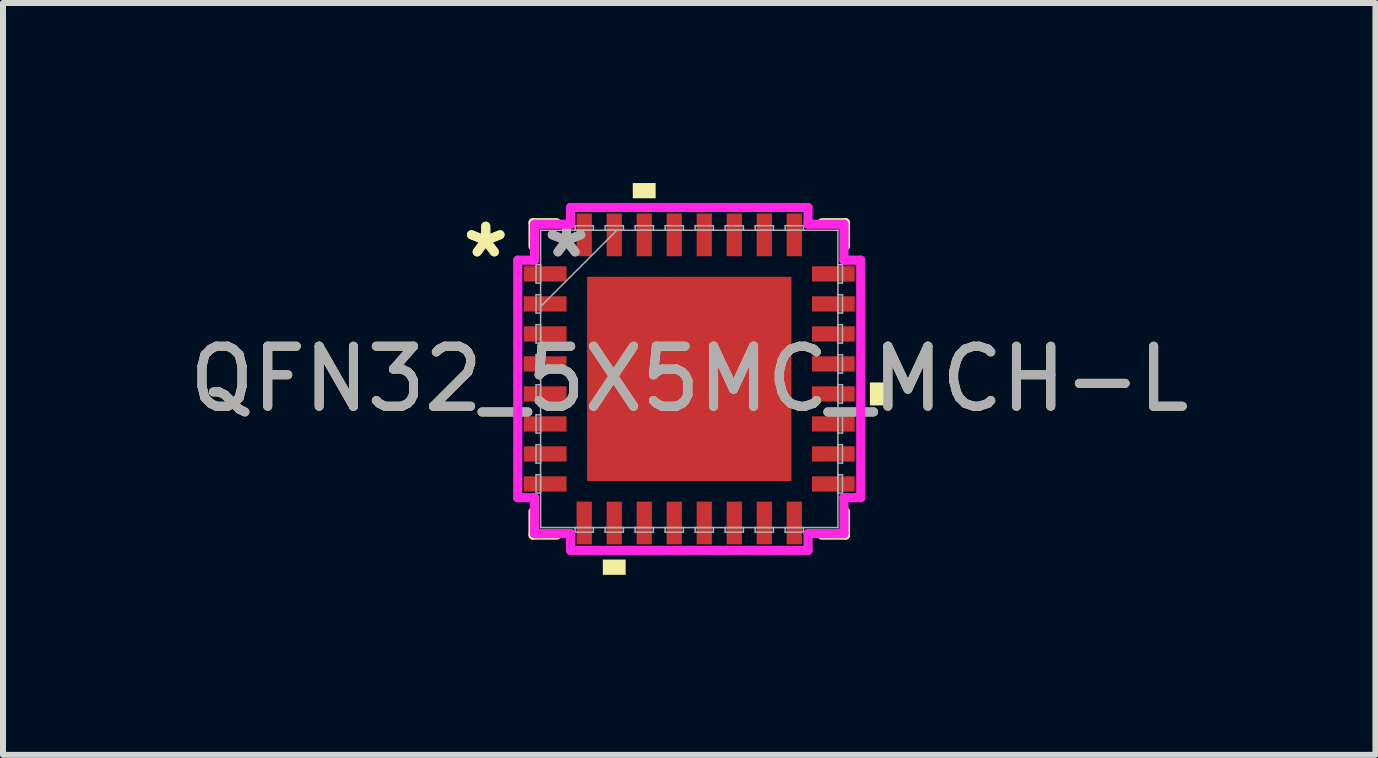
<source format=kicad_pcb>
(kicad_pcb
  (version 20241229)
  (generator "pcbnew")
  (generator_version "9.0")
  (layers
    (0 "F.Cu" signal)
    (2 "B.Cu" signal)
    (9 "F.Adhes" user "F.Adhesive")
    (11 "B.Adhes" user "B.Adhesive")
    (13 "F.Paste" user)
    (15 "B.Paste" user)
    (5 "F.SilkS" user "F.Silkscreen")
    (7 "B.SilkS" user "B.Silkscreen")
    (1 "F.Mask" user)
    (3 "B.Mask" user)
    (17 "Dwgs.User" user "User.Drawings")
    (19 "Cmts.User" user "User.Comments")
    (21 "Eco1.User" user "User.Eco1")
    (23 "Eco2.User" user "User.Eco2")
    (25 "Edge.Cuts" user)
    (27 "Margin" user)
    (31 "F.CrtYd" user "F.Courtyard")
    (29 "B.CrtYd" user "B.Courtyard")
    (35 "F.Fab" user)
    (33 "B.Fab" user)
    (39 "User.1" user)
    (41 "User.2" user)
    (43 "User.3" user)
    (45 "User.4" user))
  (footprint "QFN32_5X5MC_MCH-L"
    (layer "F.Cu")
    (at 8.435 3.264)
    (property "Reference" "QFN32_5X5MC_MCH-L" (at 0 0 0) (unlocked yes) (layer "F.SilkS") (effects (font (size 1 1) (thickness 0.15))))
    (attr smd)
    (fp_line (start -2.603 -2.603) (end -2.603 -2.21) (stroke (width 0.152) (type solid)) (layer "F.SilkS"))
    (fp_line (start -2.603 2.21) (end -2.603 2.603) (stroke (width 0.152) (type solid)) (layer "F.SilkS"))
    (fp_line (start -2.603 2.603) (end -2.21 2.603) (stroke (width 0.152) (type solid)) (layer "F.SilkS"))
    (fp_line (start -2.21 -2.603) (end -2.603 -2.603) (stroke (width 0.152) (type solid)) (layer "F.SilkS"))
    (fp_line (start 2.21 2.603) (end 2.603 2.603) (stroke (width 0.152) (type solid)) (layer "F.SilkS"))
    (fp_line (start 2.603 -2.603) (end 2.21 -2.603) (stroke (width 0.152) (type solid)) (layer "F.SilkS"))
    (fp_line (start 2.603 -2.21) (end 2.603 -2.603) (stroke (width 0.152) (type solid)) (layer "F.SilkS"))
    (fp_line (start 2.603 2.603) (end 2.603 2.21) (stroke (width 0.152) (type solid)) (layer "F.SilkS"))
    (fp_poly (pts (xy -1.44 3.01) (xy -1.44 3.264) (xy -1.06 3.264) (xy -1.06 3.01)) (stroke (width 0) (type solid)) (fill yes) (layer "F.SilkS"))
    (fp_poly (pts (xy -0.941 -3.01) (xy -0.941 -3.264) (xy -0.56 -3.264) (xy -0.56 -3.01)) (stroke (width 0) (type solid)) (fill yes) (layer "F.SilkS"))
    (fp_poly (pts (xy 3.264 0.059) (xy 3.264 0.441) (xy 3.01 0.441) (xy 3.01 0.059)) (stroke (width 0) (type solid)) (fill yes) (layer "F.SilkS"))
    (fp_poly (pts (xy -1.602 -1.602) (xy -1.602 -0.1) (xy -0.1 -0.1) (xy -0.1 -1.602)) (stroke (width 0) (type solid)) (fill yes) (layer "F.Paste"))
    (fp_poly (pts (xy -1.602 0.1) (xy -1.602 1.602) (xy -0.1 1.602) (xy -0.1 0.1)) (stroke (width 0) (type solid)) (fill yes) (layer "F.Paste"))
    (fp_poly (pts (xy 0.1 -1.602) (xy 0.1 -0.1) (xy 1.602 -0.1) (xy 1.602 -1.602)) (stroke (width 0) (type solid)) (fill yes) (layer "F.Paste"))
    (fp_poly (pts (xy 0.1 0.1) (xy 0.1 1.602) (xy 1.602 1.602) (xy 1.602 0.1)) (stroke (width 0) (type solid)) (fill yes) (layer "F.Paste"))
    (fp_line (start -2.857 -1.979) (end -2.578 -1.979) (stroke (width 0.152) (type solid)) (layer "F.CrtYd"))
    (fp_line (start -2.857 1.979) (end -2.857 -1.979) (stroke (width 0.152) (type solid)) (layer "F.CrtYd"))
    (fp_line (start -2.578 -2.578) (end -1.979 -2.578) (stroke (width 0.152) (type solid)) (layer "F.CrtYd"))
    (fp_line (start -2.578 -1.979) (end -2.578 -2.578) (stroke (width 0.152) (type solid)) (layer "F.CrtYd"))
    (fp_line (start -2.578 1.979) (end -2.857 1.979) (stroke (width 0.152) (type solid)) (layer "F.CrtYd"))
    (fp_line (start -2.578 2.578) (end -2.578 1.979) (stroke (width 0.152) (type solid)) (layer "F.CrtYd"))
    (fp_line (start -1.979 -2.857) (end 1.979 -2.857) (stroke (width 0.152) (type solid)) (layer "F.CrtYd"))
    (fp_line (start -1.979 -2.578) (end -1.979 -2.857) (stroke (width 0.152) (type solid)) (layer "F.CrtYd"))
    (fp_line (start -1.979 2.578) (end -2.578 2.578) (stroke (width 0.152) (type solid)) (layer "F.CrtYd"))
    (fp_line (start -1.979 2.857) (end -1.979 2.578) (stroke (width 0.152) (type solid)) (layer "F.CrtYd"))
    (fp_line (start 1.979 -2.857) (end 1.979 -2.578) (stroke (width 0.152) (type solid)) (layer "F.CrtYd"))
    (fp_line (start 1.979 -2.578) (end 2.578 -2.578) (stroke (width 0.152) (type solid)) (layer "F.CrtYd"))
    (fp_line (start 1.979 2.578) (end 1.979 2.857) (stroke (width 0.152) (type solid)) (layer "F.CrtYd"))
    (fp_line (start 1.979 2.857) (end -1.979 2.857) (stroke (width 0.152) (type solid)) (layer "F.CrtYd"))
    (fp_line (start 2.578 -2.578) (end 2.578 -1.979) (stroke (width 0.152) (type solid)) (layer "F.CrtYd"))
    (fp_line (start 2.578 -1.979) (end 2.857 -1.979) (stroke (width 0.152) (type solid)) (layer "F.CrtYd"))
    (fp_line (start 2.578 1.979) (end 2.578 2.578) (stroke (width 0.152) (type solid)) (layer "F.CrtYd"))
    (fp_line (start 2.578 2.578) (end 1.979 2.578) (stroke (width 0.152) (type solid)) (layer "F.CrtYd"))
    (fp_line (start 2.857 -1.979) (end 2.857 1.979) (stroke (width 0.152) (type solid)) (layer "F.CrtYd"))
    (fp_line (start 2.857 1.979) (end 2.578 1.979) (stroke (width 0.152) (type solid)) (layer "F.CrtYd"))
    (fp_line (start -2.553 -1.902) (end -2.553 -1.598) (stroke (width 0.025) (type solid)) (layer "F.Fab"))
    (fp_line (start -2.553 -1.598) (end -2.477 -1.598) (stroke (width 0.025) (type solid)) (layer "F.Fab"))
    (fp_line (start -2.553 -1.402) (end -2.553 -1.098) (stroke (width 0.025) (type solid)) (layer "F.Fab"))
    (fp_line (start -2.553 -1.098) (end -2.477 -1.098) (stroke (width 0.025) (type solid)) (layer "F.Fab"))
    (fp_line (start -2.553 -0.902) (end -2.553 -0.598) (stroke (width 0.025) (type solid)) (layer "F.Fab"))
    (fp_line (start -2.553 -0.598) (end -2.477 -0.598) (stroke (width 0.025) (type solid)) (layer "F.Fab"))
    (fp_line (start -2.553 -0.402) (end -2.553 -0.098) (stroke (width 0.025) (type solid)) (layer "F.Fab"))
    (fp_line (start -2.553 -0.098) (end -2.477 -0.098) (stroke (width 0.025) (type solid)) (layer "F.Fab"))
    (fp_line (start -2.553 0.098) (end -2.553 0.402) (stroke (width 0.025) (type solid)) (layer "F.Fab"))
    (fp_line (start -2.553 0.402) (end -2.477 0.402) (stroke (width 0.025) (type solid)) (layer "F.Fab"))
    (fp_line (start -2.553 0.598) (end -2.553 0.902) (stroke (width 0.025) (type solid)) (layer "F.Fab"))
    (fp_line (start -2.553 0.902) (end -2.477 0.902) (stroke (width 0.025) (type solid)) (layer "F.Fab"))
    (fp_line (start -2.553 1.098) (end -2.553 1.402) (stroke (width 0.025) (type solid)) (layer "F.Fab"))
    (fp_line (start -2.553 1.402) (end -2.477 1.402) (stroke (width 0.025) (type solid)) (layer "F.Fab"))
    (fp_line (start -2.553 1.598) (end -2.553 1.902) (stroke (width 0.025) (type solid)) (layer "F.Fab"))
    (fp_line (start -2.553 1.902) (end -2.477 1.902) (stroke (width 0.025) (type solid)) (layer "F.Fab"))
    (fp_line (start -2.477 -2.477) (end -2.477 -2.477) (stroke (width 0.025) (type solid)) (layer "F.Fab"))
    (fp_line (start -2.477 -2.477) (end -2.477 2.477) (stroke (width 0.025) (type solid)) (layer "F.Fab"))
    (fp_line (start -2.477 -1.902) (end -2.553 -1.902) (stroke (width 0.025) (type solid)) (layer "F.Fab"))
    (fp_line (start -2.477 -1.598) (end -2.477 -1.902) (stroke (width 0.025) (type solid)) (layer "F.Fab"))
    (fp_line (start -2.477 -1.402) (end -2.553 -1.402) (stroke (width 0.025) (type solid)) (layer "F.Fab"))
    (fp_line (start -2.477 -1.206) (end -1.206 -2.477) (stroke (width 0.025) (type solid)) (layer "F.Fab"))
    (fp_line (start -2.477 -1.098) (end -2.477 -1.402) (stroke (width 0.025) (type solid)) (layer "F.Fab"))
    (fp_line (start -2.477 -0.902) (end -2.553 -0.902) (stroke (width 0.025) (type solid)) (layer "F.Fab"))
    (fp_line (start -2.477 -0.598) (end -2.477 -0.902) (stroke (width 0.025) (type solid)) (layer "F.Fab"))
    (fp_line (start -2.477 -0.402) (end -2.553 -0.402) (stroke (width 0.025) (type solid)) (layer "F.Fab"))
    (fp_line (start -2.477 -0.098) (end -2.477 -0.402) (stroke (width 0.025) (type solid)) (layer "F.Fab"))
    (fp_line (start -2.477 0.098) (end -2.553 0.098) (stroke (width 0.025) (type solid)) (layer "F.Fab"))
    (fp_line (start -2.477 0.402) (end -2.477 0.098) (stroke (width 0.025) (type solid)) (layer "F.Fab"))
    (fp_line (start -2.477 0.598) (end -2.553 0.598) (stroke (width 0.025) (type solid)) (layer "F.Fab"))
    (fp_line (start -2.477 0.902) (end -2.477 0.598) (stroke (width 0.025) (type solid)) (layer "F.Fab"))
    (fp_line (start -2.477 1.098) (end -2.553 1.098) (stroke (width 0.025) (type solid)) (layer "F.Fab"))
    (fp_line (start -2.477 1.402) (end -2.477 1.098) (stroke (width 0.025) (type solid)) (layer "F.Fab"))
    (fp_line (start -2.477 1.598) (end -2.553 1.598) (stroke (width 0.025) (type solid)) (layer "F.Fab"))
    (fp_line (start -2.477 1.902) (end -2.477 1.598) (stroke (width 0.025) (type solid)) (layer "F.Fab"))
    (fp_line (start -2.477 2.477) (end -2.477 2.477) (stroke (width 0.025) (type solid)) (layer "F.Fab"))
    (fp_line (start -2.477 2.477) (end 2.477 2.477) (stroke (width 0.025) (type solid)) (layer "F.Fab"))
    (fp_line (start -1.902 -2.553) (end -1.902 -2.477) (stroke (width 0.025) (type solid)) (layer "F.Fab"))
    (fp_line (start -1.902 -2.477) (end -1.598 -2.477) (stroke (width 0.025) (type solid)) (layer "F.Fab"))
    (fp_line (start -1.902 2.477) (end -1.902 2.553) (stroke (width 0.025) (type solid)) (layer "F.Fab"))
    (fp_line (start -1.902 2.553) (end -1.598 2.553) (stroke (width 0.025) (type solid)) (layer "F.Fab"))
    (fp_line (start -1.598 -2.553) (end -1.902 -2.553) (stroke (width 0.025) (type solid)) (layer "F.Fab"))
    (fp_line (start -1.598 -2.477) (end -1.598 -2.553) (stroke (width 0.025) (type solid)) (layer "F.Fab"))
    (fp_line (start -1.598 2.477) (end -1.902 2.477) (stroke (width 0.025) (type solid)) (layer "F.Fab"))
    (fp_line (start -1.598 2.553) (end -1.598 2.477) (stroke (width 0.025) (type solid)) (layer "F.Fab"))
    (fp_line (start -1.402 -2.553) (end -1.402 -2.477) (stroke (width 0.025) (type solid)) (layer "F.Fab"))
    (fp_line (start -1.402 -2.477) (end -1.098 -2.477) (stroke (width 0.025) (type solid)) (layer "F.Fab"))
    (fp_line (start -1.402 2.477) (end -1.402 2.553) (stroke (width 0.025) (type solid)) (layer "F.Fab"))
    (fp_line (start -1.402 2.553) (end -1.098 2.553) (stroke (width 0.025) (type solid)) (layer "F.Fab"))
    (fp_line (start -1.098 -2.553) (end -1.402 -2.553) (stroke (width 0.025) (type solid)) (layer "F.Fab"))
    (fp_line (start -1.098 -2.477) (end -1.098 -2.553) (stroke (width 0.025) (type solid)) (layer "F.Fab"))
    (fp_line (start -1.098 2.477) (end -1.402 2.477) (stroke (width 0.025) (type solid)) (layer "F.Fab"))
    (fp_line (start -1.098 2.553) (end -1.098 2.477) (stroke (width 0.025) (type solid)) (layer "F.Fab"))
    (fp_line (start -0.902 -2.553) (end -0.902 -2.477) (stroke (width 0.025) (type solid)) (layer "F.Fab"))
    (fp_line (start -0.902 -2.477) (end -0.598 -2.477) (stroke (width 0.025) (type solid)) (layer "F.Fab"))
    (fp_line (start -0.902 2.477) (end -0.902 2.553) (stroke (width 0.025) (type solid)) (layer "F.Fab"))
    (fp_line (start -0.902 2.553) (end -0.598 2.553) (stroke (width 0.025) (type solid)) (layer "F.Fab"))
    (fp_line (start -0.598 -2.553) (end -0.902 -2.553) (stroke (width 0.025) (type solid)) (layer "F.Fab"))
    (fp_line (start -0.598 -2.477) (end -0.598 -2.553) (stroke (width 0.025) (type solid)) (layer "F.Fab"))
    (fp_line (start -0.598 2.477) (end -0.902 2.477) (stroke (width 0.025) (type solid)) (layer "F.Fab"))
    (fp_line (start -0.598 2.553) (end -0.598 2.477) (stroke (width 0.025) (type solid)) (layer "F.Fab"))
    (fp_line (start -0.402 -2.553) (end -0.402 -2.477) (stroke (width 0.025) (type solid)) (layer "F.Fab"))
    (fp_line (start -0.402 -2.477) (end -0.098 -2.477) (stroke (width 0.025) (type solid)) (layer "F.Fab"))
    (fp_line (start -0.402 2.477) (end -0.402 2.553) (stroke (width 0.025) (type solid)) (layer "F.Fab"))
    (fp_line (start -0.402 2.553) (end -0.098 2.553) (stroke (width 0.025) (type solid)) (layer "F.Fab"))
    (fp_line (start -0.098 -2.553) (end -0.402 -2.553) (stroke (width 0.025) (type solid)) (layer "F.Fab"))
    (fp_line (start -0.098 -2.477) (end -0.098 -2.553) (stroke (width 0.025) (type solid)) (layer "F.Fab"))
    (fp_line (start -0.098 2.477) (end -0.402 2.477) (stroke (width 0.025) (type solid)) (layer "F.Fab"))
    (fp_line (start -0.098 2.553) (end -0.098 2.477) (stroke (width 0.025) (type solid)) (layer "F.Fab"))
    (fp_line (start 0.098 -2.553) (end 0.098 -2.477) (stroke (width 0.025) (type solid)) (layer "F.Fab"))
    (fp_line (start 0.098 -2.477) (end 0.402 -2.477) (stroke (width 0.025) (type solid)) (layer "F.Fab"))
    (fp_line (start 0.098 2.477) (end 0.098 2.553) (stroke (width 0.025) (type solid)) (layer "F.Fab"))
    (fp_line (start 0.098 2.553) (end 0.402 2.553) (stroke (width 0.025) (type solid)) (layer "F.Fab"))
    (fp_line (start 0.402 -2.553) (end 0.098 -2.553) (stroke (width 0.025) (type solid)) (layer "F.Fab"))
    (fp_line (start 0.402 -2.477) (end 0.402 -2.553) (stroke (width 0.025) (type solid)) (layer "F.Fab"))
    (fp_line (start 0.402 2.477) (end 0.098 2.477) (stroke (width 0.025) (type solid)) (layer "F.Fab"))
    (fp_line (start 0.402 2.553) (end 0.402 2.477) (stroke (width 0.025) (type solid)) (layer "F.Fab"))
    (fp_line (start 0.598 -2.553) (end 0.598 -2.477) (stroke (width 0.025) (type solid)) (layer "F.Fab"))
    (fp_line (start 0.598 -2.477) (end 0.902 -2.477) (stroke (width 0.025) (type solid)) (layer "F.Fab"))
    (fp_line (start 0.598 2.477) (end 0.598 2.553) (stroke (width 0.025) (type solid)) (layer "F.Fab"))
    (fp_line (start 0.598 2.553) (end 0.902 2.553) (stroke (width 0.025) (type solid)) (layer "F.Fab"))
    (fp_line (start 0.902 -2.553) (end 0.598 -2.553) (stroke (width 0.025) (type solid)) (layer "F.Fab"))
    (fp_line (start 0.902 -2.477) (end 0.902 -2.553) (stroke (width 0.025) (type solid)) (layer "F.Fab"))
    (fp_line (start 0.902 2.477) (end 0.598 2.477) (stroke (width 0.025) (type solid)) (layer "F.Fab"))
    (fp_line (start 0.902 2.553) (end 0.902 2.477) (stroke (width 0.025) (type solid)) (layer "F.Fab"))
    (fp_line (start 1.098 -2.553) (end 1.098 -2.477) (stroke (width 0.025) (type solid)) (layer "F.Fab"))
    (fp_line (start 1.098 -2.477) (end 1.402 -2.477) (stroke (width 0.025) (type solid)) (layer "F.Fab"))
    (fp_line (start 1.098 2.477) (end 1.098 2.553) (stroke (width 0.025) (type solid)) (layer "F.Fab"))
    (fp_line (start 1.098 2.553) (end 1.402 2.553) (stroke (width 0.025) (type solid)) (layer "F.Fab"))
    (fp_line (start 1.402 -2.553) (end 1.098 -2.553) (stroke (width 0.025) (type solid)) (layer "F.Fab"))
    (fp_line (start 1.402 -2.477) (end 1.402 -2.553) (stroke (width 0.025) (type solid)) (layer "F.Fab"))
    (fp_line (start 1.402 2.477) (end 1.098 2.477) (stroke (width 0.025) (type solid)) (layer "F.Fab"))
    (fp_line (start 1.402 2.553) (end 1.402 2.477) (stroke (width 0.025) (type solid)) (layer "F.Fab"))
    (fp_line (start 1.598 -2.553) (end 1.598 -2.477) (stroke (width 0.025) (type solid)) (layer "F.Fab"))
    (fp_line (start 1.598 -2.477) (end 1.902 -2.477) (stroke (width 0.025) (type solid)) (layer "F.Fab"))
    (fp_line (start 1.598 2.477) (end 1.598 2.553) (stroke (width 0.025) (type solid)) (layer "F.Fab"))
    (fp_line (start 1.598 2.553) (end 1.902 2.553) (stroke (width 0.025) (type solid)) (layer "F.Fab"))
    (fp_line (start 1.902 -2.553) (end 1.598 -2.553) (stroke (width 0.025) (type solid)) (layer "F.Fab"))
    (fp_line (start 1.902 -2.477) (end 1.902 -2.553) (stroke (width 0.025) (type solid)) (layer "F.Fab"))
    (fp_line (start 1.902 2.477) (end 1.598 2.477) (stroke (width 0.025) (type solid)) (layer "F.Fab"))
    (fp_line (start 1.902 2.553) (end 1.902 2.477) (stroke (width 0.025) (type solid)) (layer "F.Fab"))
    (fp_line (start 2.477 -2.477) (end -2.477 -2.477) (stroke (width 0.025) (type solid)) (layer "F.Fab"))
    (fp_line (start 2.477 -2.477) (end 2.477 -2.477) (stroke (width 0.025) (type solid)) (layer "F.Fab"))
    (fp_line (start 2.477 -1.902) (end 2.477 -1.598) (stroke (width 0.025) (type solid)) (layer "F.Fab"))
    (fp_line (start 2.477 -1.598) (end 2.553 -1.598) (stroke (width 0.025) (type solid)) (layer "F.Fab"))
    (fp_line (start 2.477 -1.402) (end 2.477 -1.098) (stroke (width 0.025) (type solid)) (layer "F.Fab"))
    (fp_line (start 2.477 -1.098) (end 2.553 -1.098) (stroke (width 0.025) (type solid)) (layer "F.Fab"))
    (fp_line (start 2.477 -0.902) (end 2.477 -0.598) (stroke (width 0.025) (type solid)) (layer "F.Fab"))
    (fp_line (start 2.477 -0.598) (end 2.553 -0.598) (stroke (width 0.025) (type solid)) (layer "F.Fab"))
    (fp_line (start 2.477 -0.402) (end 2.477 -0.098) (stroke (width 0.025) (type solid)) (layer "F.Fab"))
    (fp_line (start 2.477 -0.098) (end 2.553 -0.098) (stroke (width 0.025) (type solid)) (layer "F.Fab"))
    (fp_line (start 2.477 0.098) (end 2.477 0.402) (stroke (width 0.025) (type solid)) (layer "F.Fab"))
    (fp_line (start 2.477 0.402) (end 2.553 0.402) (stroke (width 0.025) (type solid)) (layer "F.Fab"))
    (fp_line (start 2.477 0.598) (end 2.477 0.902) (stroke (width 0.025) (type solid)) (layer "F.Fab"))
    (fp_line (start 2.477 0.902) (end 2.553 0.902) (stroke (width 0.025) (type solid)) (layer "F.Fab"))
    (fp_line (start 2.477 1.098) (end 2.477 1.402) (stroke (width 0.025) (type solid)) (layer "F.Fab"))
    (fp_line (start 2.477 1.402) (end 2.553 1.402) (stroke (width 0.025) (type solid)) (layer "F.Fab"))
    (fp_line (start 2.477 1.598) (end 2.477 1.902) (stroke (width 0.025) (type solid)) (layer "F.Fab"))
    (fp_line (start 2.477 1.902) (end 2.553 1.902) (stroke (width 0.025) (type solid)) (layer "F.Fab"))
    (fp_line (start 2.477 2.477) (end 2.477 -2.477) (stroke (width 0.025) (type solid)) (layer "F.Fab"))
    (fp_line (start 2.477 2.477) (end 2.477 2.477) (stroke (width 0.025) (type solid)) (layer "F.Fab"))
    (fp_line (start 2.553 -1.902) (end 2.477 -1.902) (stroke (width 0.025) (type solid)) (layer "F.Fab"))
    (fp_line (start 2.553 -1.598) (end 2.553 -1.902) (stroke (width 0.025) (type solid)) (layer "F.Fab"))
    (fp_line (start 2.553 -1.402) (end 2.477 -1.402) (stroke (width 0.025) (type solid)) (layer "F.Fab"))
    (fp_line (start 2.553 -1.098) (end 2.553 -1.402) (stroke (width 0.025) (type solid)) (layer "F.Fab"))
    (fp_line (start 2.553 -0.902) (end 2.477 -0.902) (stroke (width 0.025) (type solid)) (layer "F.Fab"))
    (fp_line (start 2.553 -0.598) (end 2.553 -0.902) (stroke (width 0.025) (type solid)) (layer "F.Fab"))
    (fp_line (start 2.553 -0.402) (end 2.477 -0.402) (stroke (width 0.025) (type solid)) (layer "F.Fab"))
    (fp_line (start 2.553 -0.098) (end 2.553 -0.402) (stroke (width 0.025) (type solid)) (layer "F.Fab"))
    (fp_line (start 2.553 0.098) (end 2.477 0.098) (stroke (width 0.025) (type solid)) (layer "F.Fab"))
    (fp_line (start 2.553 0.402) (end 2.553 0.098) (stroke (width 0.025) (type solid)) (layer "F.Fab"))
    (fp_line (start 2.553 0.598) (end 2.477 0.598) (stroke (width 0.025) (type solid)) (layer "F.Fab"))
    (fp_line (start 2.553 0.902) (end 2.553 0.598) (stroke (width 0.025) (type solid)) (layer "F.Fab"))
    (fp_line (start 2.553 1.098) (end 2.477 1.098) (stroke (width 0.025) (type solid)) (layer "F.Fab"))
    (fp_line (start 2.553 1.402) (end 2.553 1.098) (stroke (width 0.025) (type solid)) (layer "F.Fab"))
    (fp_line (start 2.553 1.598) (end 2.477 1.598) (stroke (width 0.025) (type solid)) (layer "F.Fab"))
    (fp_line (start 2.553 1.902) (end 2.553 1.598) (stroke (width 0.025) (type solid)) (layer "F.Fab"))
    (fp_text user "*" (at -3.391 -2 0) (layer "F.SilkS") (effects (font (size 1 1) (thickness 0.15))))
    (fp_text user "*" (at -3.391 -2 0) (unlocked yes) (layer "F.SilkS") (effects (font (size 1 1) (thickness 0.15))))
    (fp_text user "${REFERENCE}" (at 0 0 0) (unlocked yes) (layer "F.Fab") (effects (font (size 1 1) (thickness 0.15))))
    (fp_text user "*" (at -2.045 -2 0) (unlocked yes) (layer "F.Fab") (effects (font (size 1 1) (thickness 0.15))))
    (fp_text user "*" (at -2.045 -2 0) (layer "F.Fab") (effects (font (size 1 1) (thickness 0.15))))
    (pad "1" smd rect (at -2.4 -1.75 90) (size 0.254 0.711) (layers "F.Cu" "F.Mask" "F.Paste"))
    (pad "2" smd rect (at -2.4 -1.25 90) (size 0.254 0.711) (layers "F.Cu" "F.Mask" "F.Paste"))
    (pad "3" smd rect (at -2.4 -0.75 90) (size 0.254 0.711) (layers "F.Cu" "F.Mask" "F.Paste"))
    (pad "4" smd rect (at -2.4 -0.25 90) (size 0.254 0.711) (layers "F.Cu" "F.Mask" "F.Paste"))
    (pad "5" smd rect (at -2.4 0.25 90) (size 0.254 0.711) (layers "F.Cu" "F.Mask" "F.Paste"))
    (pad "6" smd rect (at -2.4 0.75 90) (size 0.254 0.711) (layers "F.Cu" "F.Mask" "F.Paste"))
    (pad "7" smd rect (at -2.4 1.25 90) (size 0.254 0.711) (layers "F.Cu" "F.Mask" "F.Paste"))
    (pad "8" smd rect (at -2.4 1.75 90) (size 0.254 0.711) (layers "F.Cu" "F.Mask" "F.Paste"))
    (pad "9" smd rect (at -1.75 2.4) (size 0.254 0.711) (layers "F.Cu" "F.Mask" "F.Paste"))
    (pad "10" smd rect (at -1.25 2.4) (size 0.254 0.711) (layers "F.Cu" "F.Mask" "F.Paste"))
    (pad "11" smd rect (at -0.75 2.4) (size 0.254 0.711) (layers "F.Cu" "F.Mask" "F.Paste"))
    (pad "12" smd rect (at -0.25 2.4) (size 0.254 0.711) (layers "F.Cu" "F.Mask" "F.Paste"))
    (pad "13" smd rect (at 0.25 2.4) (size 0.254 0.711) (layers "F.Cu" "F.Mask" "F.Paste"))
    (pad "14" smd rect (at 0.75 2.4) (size 0.254 0.711) (layers "F.Cu" "F.Mask" "F.Paste"))
    (pad "15" smd rect (at 1.25 2.4) (size 0.254 0.711) (layers "F.Cu" "F.Mask" "F.Paste"))
    (pad "16" smd rect (at 1.75 2.4) (size 0.254 0.711) (layers "F.Cu" "F.Mask" "F.Paste"))
    (pad "17" smd rect (at 2.4 1.75 90) (size 0.254 0.711) (layers "F.Cu" "F.Mask" "F.Paste"))
    (pad "18" smd rect (at 2.4 1.25 90) (size 0.254 0.711) (layers "F.Cu" "F.Mask" "F.Paste"))
    (pad "19" smd rect (at 2.4 0.75 90) (size 0.254 0.711) (layers "F.Cu" "F.Mask" "F.Paste"))
    (pad "20" smd rect (at 2.4 0.25 90) (size 0.254 0.711) (layers "F.Cu" "F.Mask" "F.Paste"))
    (pad "21" smd rect (at 2.4 -0.25 90) (size 0.254 0.711) (layers "F.Cu" "F.Mask" "F.Paste"))
    (pad "22" smd rect (at 2.4 -0.75 90) (size 0.254 0.711) (layers "F.Cu" "F.Mask" "F.Paste"))
    (pad "23" smd rect (at 2.4 -1.25 90) (size 0.254 0.711) (layers "F.Cu" "F.Mask" "F.Paste"))
    (pad "24" smd rect (at 2.4 -1.75 90) (size 0.254 0.711) (layers "F.Cu" "F.Mask" "F.Paste"))
    (pad "25" smd rect (at 1.75 -2.4) (size 0.254 0.711) (layers "F.Cu" "F.Mask" "F.Paste"))
    (pad "26" smd rect (at 1.25 -2.4) (size 0.254 0.711) (layers "F.Cu" "F.Mask" "F.Paste"))
    (pad "27" smd rect (at 0.75 -2.4) (size 0.254 0.711) (layers "F.Cu" "F.Mask" "F.Paste"))
    (pad "28" smd rect (at 0.25 -2.4) (size 0.254 0.711) (layers "F.Cu" "F.Mask" "F.Paste"))
    (pad "29" smd rect (at -0.25 -2.4) (size 0.254 0.711) (layers "F.Cu" "F.Mask" "F.Paste"))
    (pad "30" smd rect (at -0.75 -2.4) (size 0.254 0.711) (layers "F.Cu" "F.Mask" "F.Paste"))
    (pad "31" smd rect (at -1.25 -2.4) (size 0.254 0.711) (layers "F.Cu" "F.Mask" "F.Paste"))
    (pad "32" smd rect (at -1.75 -2.4) (size 0.254 0.711) (layers "F.Cu" "F.Mask" "F.Paste"))
    (pad "33" smd rect (at 0 0) (size 3.404 3.404) (layers "F.Cu" "F.Mask" "F.Paste")))
  (gr_rect
    (start -3 -3)
    (end 19.869 9.528)
    (stroke (width 0.1) (type default))
    (fill no)
    (layer "Edge.Cuts")))
</source>
